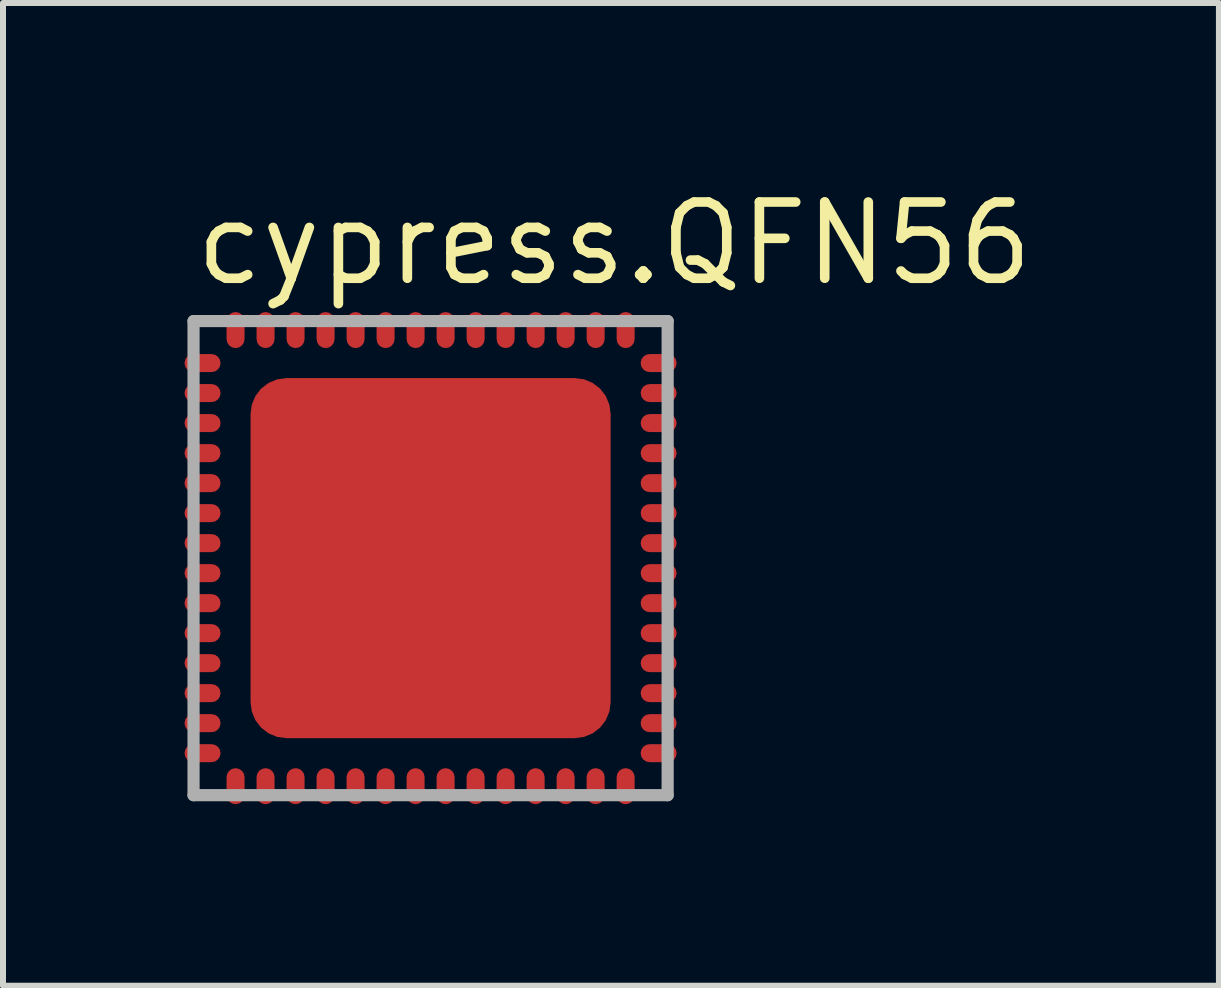
<source format=kicad_pcb>
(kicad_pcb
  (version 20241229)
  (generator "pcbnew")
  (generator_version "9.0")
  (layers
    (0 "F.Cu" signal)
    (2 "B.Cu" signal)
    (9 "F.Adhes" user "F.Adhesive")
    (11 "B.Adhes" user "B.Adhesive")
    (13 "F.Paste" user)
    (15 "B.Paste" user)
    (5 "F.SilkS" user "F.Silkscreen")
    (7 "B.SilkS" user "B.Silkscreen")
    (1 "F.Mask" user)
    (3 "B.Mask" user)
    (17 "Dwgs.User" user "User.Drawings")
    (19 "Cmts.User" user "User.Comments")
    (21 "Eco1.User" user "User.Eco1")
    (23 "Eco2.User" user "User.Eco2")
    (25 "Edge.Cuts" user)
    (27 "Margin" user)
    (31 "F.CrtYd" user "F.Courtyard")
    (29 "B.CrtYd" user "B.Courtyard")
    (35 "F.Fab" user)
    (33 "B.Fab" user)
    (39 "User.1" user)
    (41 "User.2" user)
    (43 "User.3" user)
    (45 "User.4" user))
  (footprint "cypress.QFN56"
    (layer "F.Cu")
    (at 4.125 6.25)
    (property "Reference" "cypress.QFN56" (at -4 -4.5 0) (layer "F.SilkS") (effects (font (size 1.27 1.27) (thickness 0.16)) (justify left bottom)))
    (attr smd)
    (fp_rect (start -4.1 -3.1) (end -3.5 -3.4) (stroke (width 0.05) (type default)) (fill yes) (layer "F.Mask"))
    (fp_rect (start -4.1 -2.6) (end -3.5 -2.9) (stroke (width 0.05) (type default)) (fill yes) (layer "F.Mask"))
    (fp_rect (start -4.1 -2.1) (end -3.5 -2.4) (stroke (width 0.05) (type default)) (fill yes) (layer "F.Mask"))
    (fp_rect (start -4.1 -1.6) (end -3.5 -1.9) (stroke (width 0.05) (type default)) (fill yes) (layer "F.Mask"))
    (fp_rect (start -4.1 -1.1) (end -3.5 -1.4) (stroke (width 0.05) (type default)) (fill yes) (layer "F.Mask"))
    (fp_rect (start -4.1 -0.6) (end -3.5 -0.9) (stroke (width 0.05) (type default)) (fill yes) (layer "F.Mask"))
    (fp_rect (start -4.1 -0.1) (end -3.5 -0.4) (stroke (width 0.05) (type default)) (fill yes) (layer "F.Mask"))
    (fp_rect (start -4.1 0.4) (end -3.5 0.1) (stroke (width 0.05) (type default)) (fill yes) (layer "F.Mask"))
    (fp_rect (start -4.1 0.9) (end -3.5 0.6) (stroke (width 0.05) (type default)) (fill yes) (layer "F.Mask"))
    (fp_rect (start -4.1 1.4) (end -3.5 1.1) (stroke (width 0.05) (type default)) (fill yes) (layer "F.Mask"))
    (fp_rect (start -4.1 1.9) (end -3.5 1.6) (stroke (width 0.05) (type default)) (fill yes) (layer "F.Mask"))
    (fp_rect (start -4.1 2.4) (end -3.5 2.1) (stroke (width 0.05) (type default)) (fill yes) (layer "F.Mask"))
    (fp_rect (start -4.1 2.9) (end -3.5 2.6) (stroke (width 0.05) (type default)) (fill yes) (layer "F.Mask"))
    (fp_rect (start -4.1 3.4) (end -3.5 3.1) (stroke (width 0.05) (type default)) (fill yes) (layer "F.Mask"))
    (fp_rect (start -3.4 -3.5) (end -3.1 -4.1) (stroke (width 0.05) (type default)) (fill yes) (layer "F.Mask"))
    (fp_rect (start -3.4 4.1) (end -3.1 3.5) (stroke (width 0.05) (type default)) (fill yes) (layer "F.Mask"))
    (fp_rect (start -2.95 2.95) (end 2.95 -2.95) (stroke (width 0.05) (type default)) (fill yes) (layer "F.Mask"))
    (fp_rect (start -2.9 -3.5) (end -2.6 -4.1) (stroke (width 0.05) (type default)) (fill yes) (layer "F.Mask"))
    (fp_rect (start -2.9 4.1) (end -2.6 3.5) (stroke (width 0.05) (type default)) (fill yes) (layer "F.Mask"))
    (fp_rect (start -2.4 -3.5) (end -2.1 -4.1) (stroke (width 0.05) (type default)) (fill yes) (layer "F.Mask"))
    (fp_rect (start -2.4 4.1) (end -2.1 3.5) (stroke (width 0.05) (type default)) (fill yes) (layer "F.Mask"))
    (fp_rect (start -1.9 -3.5) (end -1.6 -4.1) (stroke (width 0.05) (type default)) (fill yes) (layer "F.Mask"))
    (fp_rect (start -1.9 4.1) (end -1.6 3.5) (stroke (width 0.05) (type default)) (fill yes) (layer "F.Mask"))
    (fp_rect (start -1.4 -3.5) (end -1.1 -4.1) (stroke (width 0.05) (type default)) (fill yes) (layer "F.Mask"))
    (fp_rect (start -1.4 4.1) (end -1.1 3.5) (stroke (width 0.05) (type default)) (fill yes) (layer "F.Mask"))
    (fp_rect (start -0.9 -3.5) (end -0.6 -4.1) (stroke (width 0.05) (type default)) (fill yes) (layer "F.Mask"))
    (fp_rect (start -0.9 4.1) (end -0.6 3.5) (stroke (width 0.05) (type default)) (fill yes) (layer "F.Mask"))
    (fp_rect (start -0.4 -3.5) (end -0.1 -4.1) (stroke (width 0.05) (type default)) (fill yes) (layer "F.Mask"))
    (fp_rect (start -0.4 4.1) (end -0.1 3.5) (stroke (width 0.05) (type default)) (fill yes) (layer "F.Mask"))
    (fp_rect (start 0.1 -3.5) (end 0.4 -4.1) (stroke (width 0.05) (type default)) (fill yes) (layer "F.Mask"))
    (fp_rect (start 0.1 4.1) (end 0.4 3.5) (stroke (width 0.05) (type default)) (fill yes) (layer "F.Mask"))
    (fp_rect (start 0.6 -3.5) (end 0.9 -4.1) (stroke (width 0.05) (type default)) (fill yes) (layer "F.Mask"))
    (fp_rect (start 0.6 4.1) (end 0.9 3.5) (stroke (width 0.05) (type default)) (fill yes) (layer "F.Mask"))
    (fp_rect (start 1.1 -3.5) (end 1.4 -4.1) (stroke (width 0.05) (type default)) (fill yes) (layer "F.Mask"))
    (fp_rect (start 1.1 4.1) (end 1.4 3.5) (stroke (width 0.05) (type default)) (fill yes) (layer "F.Mask"))
    (fp_rect (start 1.6 -3.5) (end 1.9 -4.1) (stroke (width 0.05) (type default)) (fill yes) (layer "F.Mask"))
    (fp_rect (start 1.6 4.1) (end 1.9 3.5) (stroke (width 0.05) (type default)) (fill yes) (layer "F.Mask"))
    (fp_rect (start 2.1 -3.5) (end 2.4 -4.1) (stroke (width 0.05) (type default)) (fill yes) (layer "F.Mask"))
    (fp_rect (start 2.1 4.1) (end 2.4 3.5) (stroke (width 0.05) (type default)) (fill yes) (layer "F.Mask"))
    (fp_rect (start 2.6 -3.5) (end 2.9 -4.1) (stroke (width 0.05) (type default)) (fill yes) (layer "F.Mask"))
    (fp_rect (start 2.6 4.1) (end 2.9 3.5) (stroke (width 0.05) (type default)) (fill yes) (layer "F.Mask"))
    (fp_rect (start 3.1 -3.5) (end 3.4 -4.1) (stroke (width 0.05) (type default)) (fill yes) (layer "F.Mask"))
    (fp_rect (start 3.1 4.1) (end 3.4 3.5) (stroke (width 0.05) (type default)) (fill yes) (layer "F.Mask"))
    (fp_rect (start 3.5 -3.1) (end 4.1 -3.4) (stroke (width 0.05) (type default)) (fill yes) (layer "F.Mask"))
    (fp_rect (start 3.5 -2.6) (end 4.1 -2.9) (stroke (width 0.05) (type default)) (fill yes) (layer "F.Mask"))
    (fp_rect (start 3.5 -2.1) (end 4.1 -2.4) (stroke (width 0.05) (type default)) (fill yes) (layer "F.Mask"))
    (fp_rect (start 3.5 -1.6) (end 4.1 -1.9) (stroke (width 0.05) (type default)) (fill yes) (layer "F.Mask"))
    (fp_rect (start 3.5 -1.1) (end 4.1 -1.4) (stroke (width 0.05) (type default)) (fill yes) (layer "F.Mask"))
    (fp_rect (start 3.5 -0.6) (end 4.1 -0.9) (stroke (width 0.05) (type default)) (fill yes) (layer "F.Mask"))
    (fp_rect (start 3.5 -0.1) (end 4.1 -0.4) (stroke (width 0.05) (type default)) (fill yes) (layer "F.Mask"))
    (fp_rect (start 3.5 0.4) (end 4.1 0.1) (stroke (width 0.05) (type default)) (fill yes) (layer "F.Mask"))
    (fp_rect (start 3.5 0.9) (end 4.1 0.6) (stroke (width 0.05) (type default)) (fill yes) (layer "F.Mask"))
    (fp_rect (start 3.5 1.4) (end 4.1 1.1) (stroke (width 0.05) (type default)) (fill yes) (layer "F.Mask"))
    (fp_rect (start 3.5 1.9) (end 4.1 1.6) (stroke (width 0.05) (type default)) (fill yes) (layer "F.Mask"))
    (fp_rect (start 3.5 2.4) (end 4.1 2.1) (stroke (width 0.05) (type default)) (fill yes) (layer "F.Mask"))
    (fp_rect (start 3.5 2.9) (end 4.1 2.6) (stroke (width 0.05) (type default)) (fill yes) (layer "F.Mask"))
    (fp_rect (start 3.5 3.4) (end 4.1 3.1) (stroke (width 0.05) (type default)) (fill yes) (layer "F.Mask"))
    (fp_line (start -3.95 -3.95) (end -3.95 3.95) (stroke (width 0.203) (type default)) (layer "F.Fab"))
    (fp_line (start -3.95 3.95) (end 3.95 3.95) (stroke (width 0.203) (type default)) (layer "F.Fab"))
    (fp_line (start 3.95 -3.95) (end -3.95 -3.95) (stroke (width 0.203) (type default)) (layer "F.Fab"))
    (fp_line (start 3.95 3.95) (end 3.95 -3.95) (stroke (width 0.203) (type default)) (layer "F.Fab"))
    (pad "1" smd roundrect (at -3.8 -3.25 90) (size 0.3 0.6) (layers "F.Cu" "F.Mask" "F.Paste") (roundrect_rratio 0.5))
    (pad "2" smd roundrect (at -3.8 -2.75 90) (size 0.3 0.6) (layers "F.Cu" "F.Mask" "F.Paste") (roundrect_rratio 0.5))
    (pad "3" smd roundrect (at -3.8 -2.25 90) (size 0.3 0.6) (layers "F.Cu" "F.Mask" "F.Paste") (roundrect_rratio 0.5))
    (pad "4" smd roundrect (at -3.8 -1.75 90) (size 0.3 0.6) (layers "F.Cu" "F.Mask" "F.Paste") (roundrect_rratio 0.5))
    (pad "5" smd roundrect (at -3.8 -1.25 90) (size 0.3 0.6) (layers "F.Cu" "F.Mask" "F.Paste") (roundrect_rratio 0.5))
    (pad "6" smd roundrect (at -3.8 -0.75 90) (size 0.3 0.6) (layers "F.Cu" "F.Mask" "F.Paste") (roundrect_rratio 0.5))
    (pad "7" smd roundrect (at -3.8 -0.25 90) (size 0.3 0.6) (layers "F.Cu" "F.Mask" "F.Paste") (roundrect_rratio 0.5))
    (pad "8" smd roundrect (at -3.8 0.25 90) (size 0.3 0.6) (layers "F.Cu" "F.Mask" "F.Paste") (roundrect_rratio 0.5))
    (pad "9" smd roundrect (at -3.8 0.75 90) (size 0.3 0.6) (layers "F.Cu" "F.Mask" "F.Paste") (roundrect_rratio 0.5))
    (pad "10" smd roundrect (at -3.8 1.25 90) (size 0.3 0.6) (layers "F.Cu" "F.Mask" "F.Paste") (roundrect_rratio 0.5))
    (pad "11" smd roundrect (at -3.8 1.75 90) (size 0.3 0.6) (layers "F.Cu" "F.Mask" "F.Paste") (roundrect_rratio 0.5))
    (pad "12" smd roundrect (at -3.8 2.25 90) (size 0.3 0.6) (layers "F.Cu" "F.Mask" "F.Paste") (roundrect_rratio 0.5))
    (pad "13" smd roundrect (at -3.8 2.75 90) (size 0.3 0.6) (layers "F.Cu" "F.Mask" "F.Paste") (roundrect_rratio 0.5))
    (pad "14" smd roundrect (at -3.8 3.25 90) (size 0.3 0.6) (layers "F.Cu" "F.Mask" "F.Paste") (roundrect_rratio 0.5))
    (pad "15" smd roundrect (at -3.25 3.8 180) (size 0.3 0.6) (layers "F.Cu" "F.Mask" "F.Paste") (roundrect_rratio 0.5))
    (pad "16" smd roundrect (at -2.75 3.8 180) (size 0.3 0.6) (layers "F.Cu" "F.Mask" "F.Paste") (roundrect_rratio 0.5))
    (pad "17" smd roundrect (at -2.25 3.8 180) (size 0.3 0.6) (layers "F.Cu" "F.Mask" "F.Paste") (roundrect_rratio 0.5))
    (pad "18" smd roundrect (at -1.75 3.8 180) (size 0.3 0.6) (layers "F.Cu" "F.Mask" "F.Paste") (roundrect_rratio 0.5))
    (pad "19" smd roundrect (at -1.25 3.8 180) (size 0.3 0.6) (layers "F.Cu" "F.Mask" "F.Paste") (roundrect_rratio 0.5))
    (pad "20" smd roundrect (at -0.75 3.8 180) (size 0.3 0.6) (layers "F.Cu" "F.Mask" "F.Paste") (roundrect_rratio 0.5))
    (pad "21" smd roundrect (at -0.25 3.8 180) (size 0.3 0.6) (layers "F.Cu" "F.Mask" "F.Paste") (roundrect_rratio 0.5))
    (pad "22" smd roundrect (at 0.25 3.8 180) (size 0.3 0.6) (layers "F.Cu" "F.Mask" "F.Paste") (roundrect_rratio 0.5))
    (pad "23" smd roundrect (at 0.75 3.8 180) (size 0.3 0.6) (layers "F.Cu" "F.Mask" "F.Paste") (roundrect_rratio 0.5))
    (pad "24" smd roundrect (at 1.25 3.8 180) (size 0.3 0.6) (layers "F.Cu" "F.Mask" "F.Paste") (roundrect_rratio 0.5))
    (pad "25" smd roundrect (at 1.75 3.8 180) (size 0.3 0.6) (layers "F.Cu" "F.Mask" "F.Paste") (roundrect_rratio 0.5))
    (pad "26" smd roundrect (at 2.25 3.8 180) (size 0.3 0.6) (layers "F.Cu" "F.Mask" "F.Paste") (roundrect_rratio 0.5))
    (pad "27" smd roundrect (at 2.75 3.8 180) (size 0.3 0.6) (layers "F.Cu" "F.Mask" "F.Paste") (roundrect_rratio 0.5))
    (pad "28" smd roundrect (at 3.25 3.8 180) (size 0.3 0.6) (layers "F.Cu" "F.Mask" "F.Paste") (roundrect_rratio 0.5))
    (pad "29" smd roundrect (at 3.8 3.25 270) (size 0.3 0.6) (layers "F.Cu" "F.Mask" "F.Paste") (roundrect_rratio 0.5))
    (pad "30" smd roundrect (at 3.8 2.75 270) (size 0.3 0.6) (layers "F.Cu" "F.Mask" "F.Paste") (roundrect_rratio 0.5))
    (pad "31" smd roundrect (at 3.8 2.25 270) (size 0.3 0.6) (layers "F.Cu" "F.Mask" "F.Paste") (roundrect_rratio 0.5))
    (pad "32" smd roundrect (at 3.8 1.75 270) (size 0.3 0.6) (layers "F.Cu" "F.Mask" "F.Paste") (roundrect_rratio 0.5))
    (pad "33" smd roundrect (at 3.8 1.25 270) (size 0.3 0.6) (layers "F.Cu" "F.Mask" "F.Paste") (roundrect_rratio 0.5))
    (pad "34" smd roundrect (at 3.8 0.75 270) (size 0.3 0.6) (layers "F.Cu" "F.Mask" "F.Paste") (roundrect_rratio 0.5))
    (pad "35" smd roundrect (at 3.8 0.25 270) (size 0.3 0.6) (layers "F.Cu" "F.Mask" "F.Paste") (roundrect_rratio 0.5))
    (pad "36" smd roundrect (at 3.8 -0.25 270) (size 0.3 0.6) (layers "F.Cu" "F.Mask" "F.Paste") (roundrect_rratio 0.5))
    (pad "37" smd roundrect (at 3.8 -0.75 270) (size 0.3 0.6) (layers "F.Cu" "F.Mask" "F.Paste") (roundrect_rratio 0.5))
    (pad "38" smd roundrect (at 3.8 -1.25 270) (size 0.3 0.6) (layers "F.Cu" "F.Mask" "F.Paste") (roundrect_rratio 0.5))
    (pad "39" smd roundrect (at 3.8 -1.75 270) (size 0.3 0.6) (layers "F.Cu" "F.Mask" "F.Paste") (roundrect_rratio 0.5))
    (pad "40" smd roundrect (at 3.8 -2.25 270) (size 0.3 0.6) (layers "F.Cu" "F.Mask" "F.Paste") (roundrect_rratio 0.5))
    (pad "41" smd roundrect (at 3.8 -2.75 270) (size 0.3 0.6) (layers "F.Cu" "F.Mask" "F.Paste") (roundrect_rratio 0.5))
    (pad "42" smd roundrect (at 3.8 -3.25 270) (size 0.3 0.6) (layers "F.Cu" "F.Mask" "F.Paste") (roundrect_rratio 0.5))
    (pad "43" smd roundrect (at 3.25 -3.8) (size 0.3 0.6) (layers "F.Cu" "F.Mask" "F.Paste") (roundrect_rratio 0.5))
    (pad "44" smd roundrect (at 2.75 -3.8) (size 0.3 0.6) (layers "F.Cu" "F.Mask" "F.Paste") (roundrect_rratio 0.5))
    (pad "45" smd roundrect (at 2.25 -3.8) (size 0.3 0.6) (layers "F.Cu" "F.Mask" "F.Paste") (roundrect_rratio 0.5))
    (pad "46" smd roundrect (at 1.75 -3.8) (size 0.3 0.6) (layers "F.Cu" "F.Mask" "F.Paste") (roundrect_rratio 0.5))
    (pad "47" smd roundrect (at 1.25 -3.8) (size 0.3 0.6) (layers "F.Cu" "F.Mask" "F.Paste") (roundrect_rratio 0.5))
    (pad "48" smd roundrect (at 0.75 -3.8) (size 0.3 0.6) (layers "F.Cu" "F.Mask" "F.Paste") (roundrect_rratio 0.5))
    (pad "49" smd roundrect (at 0.25 -3.8) (size 0.3 0.6) (layers "F.Cu" "F.Mask" "F.Paste") (roundrect_rratio 0.5))
    (pad "50" smd roundrect (at -0.25 -3.8) (size 0.3 0.6) (layers "F.Cu" "F.Mask" "F.Paste") (roundrect_rratio 0.5))
    (pad "51" smd roundrect (at -0.75 -3.8) (size 0.3 0.6) (layers "F.Cu" "F.Mask" "F.Paste") (roundrect_rratio 0.5))
    (pad "52" smd roundrect (at -1.25 -3.8) (size 0.3 0.6) (layers "F.Cu" "F.Mask" "F.Paste") (roundrect_rratio 0.5))
    (pad "53" smd roundrect (at -1.75 -3.8) (size 0.3 0.6) (layers "F.Cu" "F.Mask" "F.Paste") (roundrect_rratio 0.5))
    (pad "54" smd roundrect (at -2.25 -3.8) (size 0.3 0.6) (layers "F.Cu" "F.Mask" "F.Paste") (roundrect_rratio 0.5))
    (pad "55" smd roundrect (at -2.75 -3.8) (size 0.3 0.6) (layers "F.Cu" "F.Mask" "F.Paste") (roundrect_rratio 0.5))
    (pad "56" smd roundrect (at -3.25 -3.8) (size 0.3 0.6) (layers "F.Cu" "F.Mask" "F.Paste") (roundrect_rratio 0.5))
    (pad "EPAD" smd roundrect (at 0 0) (size 6 6) (layers "F.Cu" "F.Mask" "F.Paste") (roundrect_rratio 0.1)))
  (gr_rect
    (start -3 -3)
    (end 17.261 13.375)
    (stroke (width 0.1) (type default))
    (fill no)
    (layer "Edge.Cuts")))
</source>
